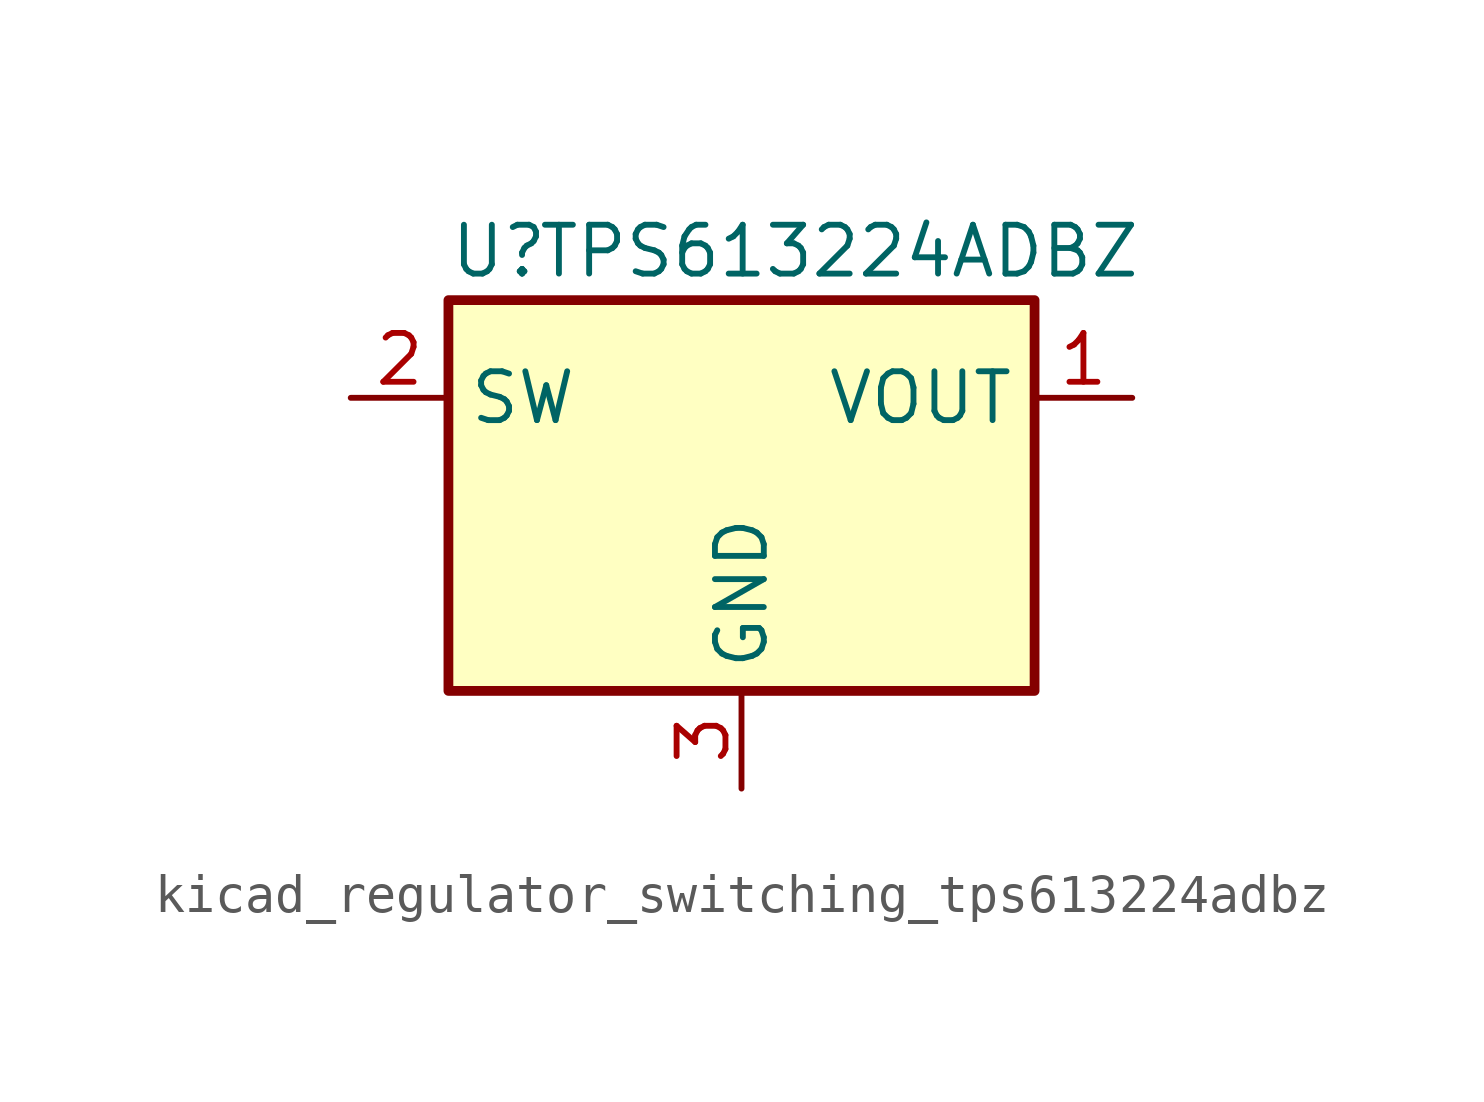
<source format=kicad_sym>
(kicad_symbol_lib
  (version 20220914)
  (generator kicad_symbol_editor)
  (symbol "kicad_regulator_switching_tps613224adbz"
    (property "Reference" "U"
      (at -7.62 6.35 0)
      (effects (font (size 1.27 1.27)) (justify left)))
    (property "Value" "TPS613224ADBZ"
      (at 2.54 6.35 0)
      (effects (font (size 1.27 1.27))))
    (symbol "kicad_regulator_switching_tps613224adbz_0_1"
      (rectangle (start -7.62 5.08) (end 7.62 -5.08) (stroke (width 0.254) (type default)) (fill (type background))))
    (symbol "kicad_regulator_switching_tps613224adbz_1_1"
      (pin power_out line (at 10.16 2.54 180) (length 2.54) (name "VOUT" (effects (font (size 1.27 1.27)))) (number "1" (effects (font (size 1.27 1.27)))))
      (pin power_in line (at -10.16 2.54 0) (length 2.54) (name "SW" (effects (font (size 1.27 1.27)))) (number "2" (effects (font (size 1.27 1.27)))))
      (pin power_in line (at 0 -7.62 90) (length 2.54) (name "GND" (effects (font (size 1.27 1.27)))) (number "3" (effects (font (size 1.27 1.27))))))))
</source>
